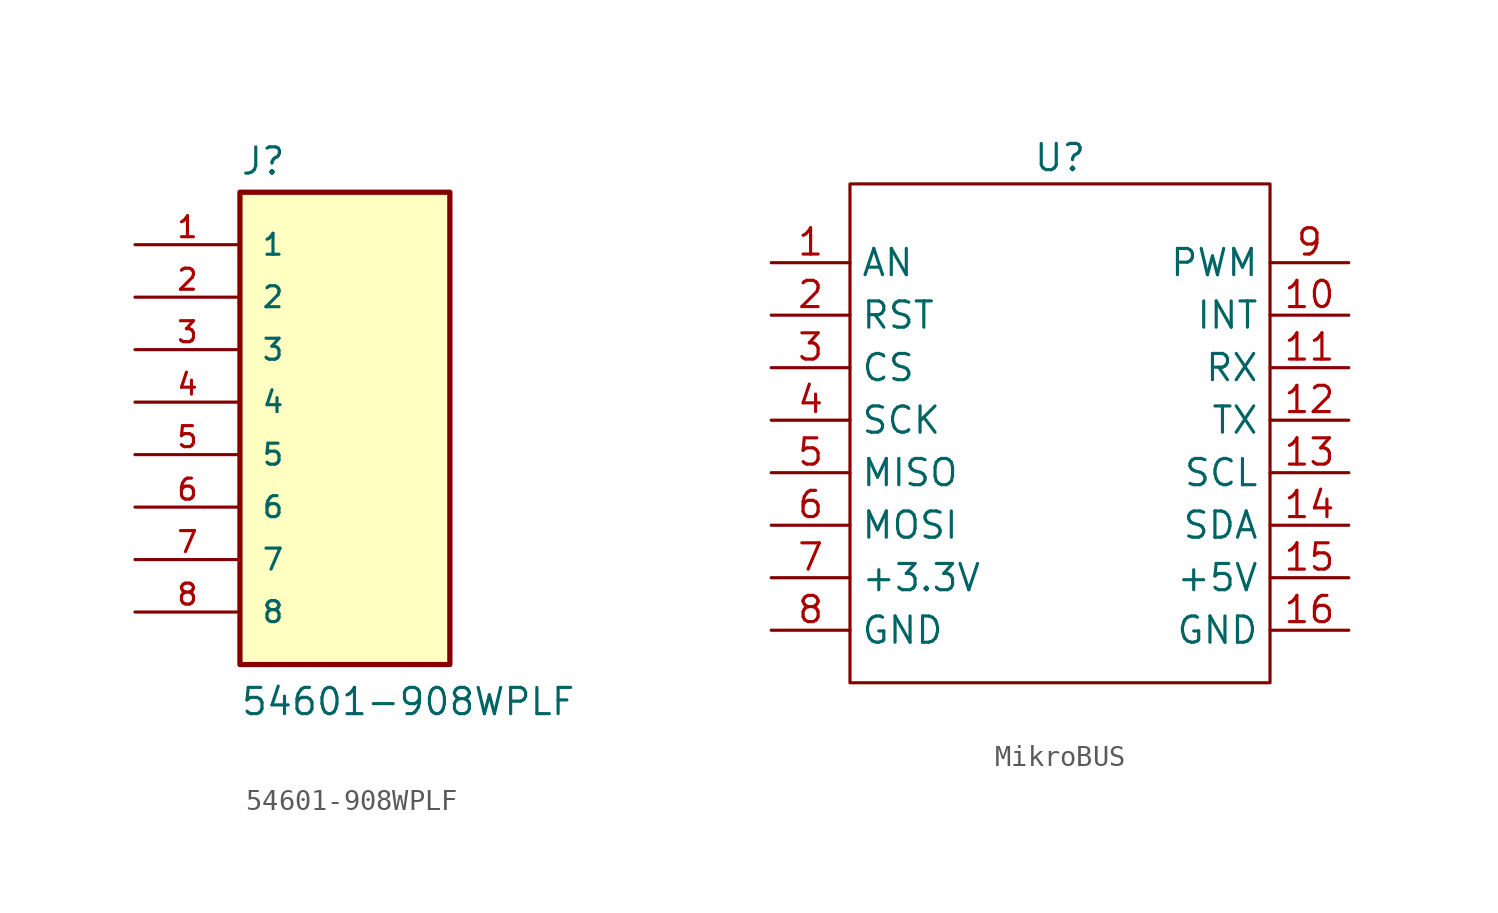
<source format=kicad_sym>
(kicad_symbol_lib
  (version 20220914)
  (generator kicad_symbol_editor)
  (symbol "54601-908WPLF"
    (pin_names
      (offset 1.016))
    (property "Reference" "J"
      (at -5.08 10.922 0)
      (effects (font (size 1.27 1.27)) (justify left bottom)))
    (property "Value" "54601-908WPLF"
      (at -5.08 -15.24 0)
      (effects (font (size 1.27 1.27)) (justify left bottom)))
    (symbol "54601-908WPLF_0_0"
      (rectangle (start -5.08 -12.7) (end 5.08 10.16) (stroke (width 0.254) (type default)) (fill (type background)))
      (pin passive line (at -10.16 7.62 0) (length 5.08) (name "1" (effects (font (size 1.016 1.016)))) (number "1" (effects (font (size 1.016 1.016)))))
      (pin passive line (at -10.16 5.08 0) (length 5.08) (name "2" (effects (font (size 1.016 1.016)))) (number "2" (effects (font (size 1.016 1.016)))))
      (pin passive line (at -10.16 2.54 0) (length 5.08) (name "3" (effects (font (size 1.016 1.016)))) (number "3" (effects (font (size 1.016 1.016)))))
      (pin passive line (at -10.16 0 0) (length 5.08) (name "4" (effects (font (size 1.016 1.016)))) (number "4" (effects (font (size 1.016 1.016)))))
      (pin passive line (at -10.16 -2.54 0) (length 5.08) (name "5" (effects (font (size 1.016 1.016)))) (number "5" (effects (font (size 1.016 1.016)))))
      (pin passive line (at -10.16 -5.08 0) (length 5.08) (name "6" (effects (font (size 1.016 1.016)))) (number "6" (effects (font (size 1.016 1.016)))))
      (pin passive line (at -10.16 -7.62 0) (length 5.08) (name "7" (effects (font (size 1.016 1.016)))) (number "7" (effects (font (size 1.016 1.016)))))
      (pin passive line (at -10.16 -10.16 0) (length 5.08) (name "8" (effects (font (size 1.016 1.016)))) (number "8" (effects (font (size 1.016 1.016)))))))
  (symbol "MikroBUS"
    (property "Reference" "U"
      (at -1.27 24.13 0)
      (effects (font (size 1.27 1.27))))
    (property "Value" ""
      (at 0 0 0)
      (effects (font (size 1.27 1.27))))
    (symbol "MikroBUS_0_1"
      (rectangle (start -11.43 22.86) (end 8.89 -1.27) (stroke (width 0) (type default)) (fill (type none))))
    (symbol "MikroBUS_1_1"
      (pin passive line (at -15.24 19.05 0) (length 3.81) (name "AN" (effects (font (size 1.27 1.27)))) (number "1" (effects (font (size 1.27 1.27)))))
      (pin passive line (at 12.7 16.51 180) (length 3.81) (name "INT" (effects (font (size 1.27 1.27)))) (number "10" (effects (font (size 1.27 1.27)))))
      (pin passive line (at 12.7 13.97 180) (length 3.81) (name "RX" (effects (font (size 1.27 1.27)))) (number "11" (effects (font (size 1.27 1.27)))))
      (pin passive line (at 12.7 11.43 180) (length 3.81) (name "TX" (effects (font (size 1.27 1.27)))) (number "12" (effects (font (size 1.27 1.27)))))
      (pin passive line (at 12.7 8.89 180) (length 3.81) (name "SCL" (effects (font (size 1.27 1.27)))) (number "13" (effects (font (size 1.27 1.27)))))
      (pin passive line (at 12.7 6.35 180) (length 3.81) (name "SDA" (effects (font (size 1.27 1.27)))) (number "14" (effects (font (size 1.27 1.27)))))
      (pin passive line (at 12.7 3.81 180) (length 3.81) (name "+5V" (effects (font (size 1.27 1.27)))) (number "15" (effects (font (size 1.27 1.27)))))
      (pin passive line (at 12.7 1.27 180) (length 3.81) (name "GND" (effects (font (size 1.27 1.27)))) (number "16" (effects (font (size 1.27 1.27)))))
      (pin passive line (at -15.24 16.51 0) (length 3.81) (name "RST" (effects (font (size 1.27 1.27)))) (number "2" (effects (font (size 1.27 1.27)))))
      (pin passive line (at -15.24 13.97 0) (length 3.81) (name "CS" (effects (font (size 1.27 1.27)))) (number "3" (effects (font (size 1.27 1.27)))))
      (pin passive line (at -15.24 11.43 0) (length 3.81) (name "SCK" (effects (font (size 1.27 1.27)))) (number "4" (effects (font (size 1.27 1.27)))))
      (pin passive line (at -15.24 8.89 0) (length 3.81) (name "MISO" (effects (font (size 1.27 1.27)))) (number "5" (effects (font (size 1.27 1.27)))))
      (pin passive line (at -15.24 6.35 0) (length 3.81) (name "MOSI" (effects (font (size 1.27 1.27)))) (number "6" (effects (font (size 1.27 1.27)))))
      (pin passive line (at -15.24 3.81 0) (length 3.81) (name "+3.3V" (effects (font (size 1.27 1.27)))) (number "7" (effects (font (size 1.27 1.27)))))
      (pin passive line (at -15.24 1.27 0) (length 3.81) (name "GND" (effects (font (size 1.27 1.27)))) (number "8" (effects (font (size 1.27 1.27)))))
      (pin passive line (at 12.7 19.05 180) (length 3.81) (name "PWM" (effects (font (size 1.27 1.27)))) (number "9" (effects (font (size 1.27 1.27))))))))
</source>
